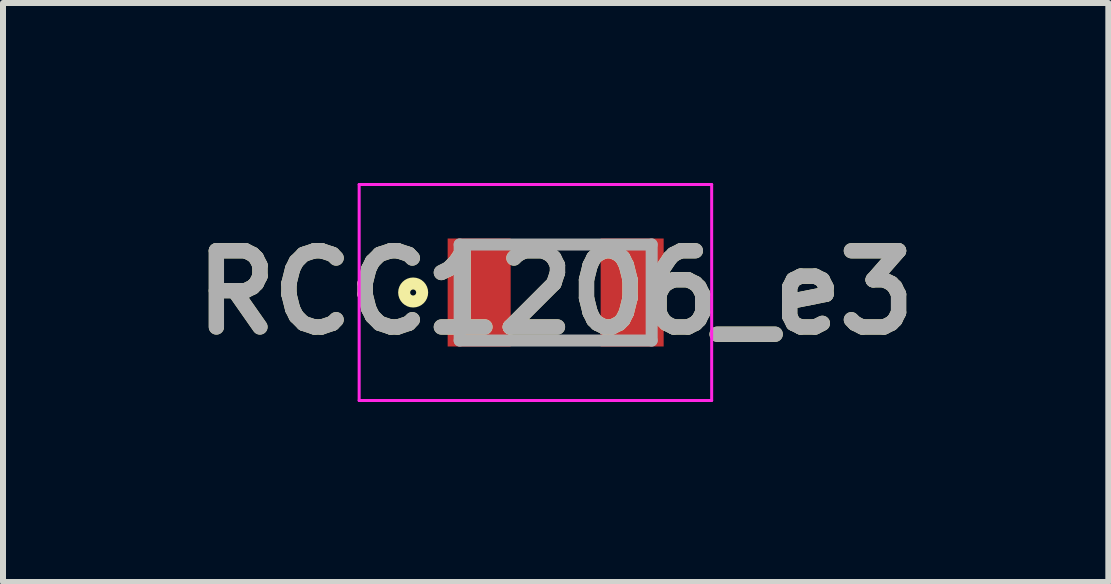
<source format=kicad_pcb>
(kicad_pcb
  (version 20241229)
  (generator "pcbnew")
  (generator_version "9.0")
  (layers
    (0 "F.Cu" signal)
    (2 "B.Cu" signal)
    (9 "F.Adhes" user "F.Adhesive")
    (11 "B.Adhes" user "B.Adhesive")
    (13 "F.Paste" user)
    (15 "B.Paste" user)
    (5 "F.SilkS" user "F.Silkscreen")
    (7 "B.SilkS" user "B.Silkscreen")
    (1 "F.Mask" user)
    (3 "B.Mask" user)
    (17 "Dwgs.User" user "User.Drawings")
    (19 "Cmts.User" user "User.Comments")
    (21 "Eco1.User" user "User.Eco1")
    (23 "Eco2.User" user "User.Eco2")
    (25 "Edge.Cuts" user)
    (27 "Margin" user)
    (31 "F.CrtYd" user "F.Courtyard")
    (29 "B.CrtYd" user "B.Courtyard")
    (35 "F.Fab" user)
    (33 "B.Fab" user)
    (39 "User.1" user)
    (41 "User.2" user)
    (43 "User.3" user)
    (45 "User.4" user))
  (footprint "RCC1206_e3"
    (layer "F.Cu")
    (at 6.211 1.825)
    (property "Reference" "RCC1206_e3" (at 0 0 0) (layer "F.SilkS") (effects (font (size 1.27 1.27) (thickness 0.254))))
    (attr smd)
    (fp_circle (center -2.375 0) (end -2.375 0.05) (stroke (width 0.2) (type solid)) (fill no) (layer "F.SilkS"))
    (fp_line (start -3.275 -1.8) (end 2.6 -1.8) (stroke (width 0.05) (type solid)) (layer "F.CrtYd"))
    (fp_line (start -3.275 1.8) (end -3.275 -1.8) (stroke (width 0.05) (type solid)) (layer "F.CrtYd"))
    (fp_line (start 2.6 -1.8) (end 2.6 1.8) (stroke (width 0.05) (type solid)) (layer "F.CrtYd"))
    (fp_line (start 2.6 1.8) (end -3.275 1.8) (stroke (width 0.05) (type solid)) (layer "F.CrtYd"))
    (fp_line (start -1.6 -0.8) (end 1.6 -0.8) (stroke (width 0.2) (type solid)) (layer "F.Fab"))
    (fp_line (start -1.6 0.8) (end -1.6 -0.8) (stroke (width 0.2) (type solid)) (layer "F.Fab"))
    (fp_line (start 1.6 -0.8) (end 1.6 0.8) (stroke (width 0.2) (type solid)) (layer "F.Fab"))
    (fp_line (start 1.6 0.8) (end -1.6 0.8) (stroke (width 0.2) (type solid)) (layer "F.Fab"))
    (fp_text user "${REFERENCE}" (at 0 0 0) (layer "F.Fab") (effects (font (size 1.27 1.27) (thickness 0.254))))
    (pad "1" smd rect (at -1.275 0) (size 1.05 1.8) (layers "F.Cu" "F.Mask" "F.Paste"))
    (pad "2" smd rect (at 1.275 0) (size 1.05 1.8) (layers "F.Cu" "F.Mask" "F.Paste")))
  (gr_rect
    (start -3 -3)
    (end 15.422 6.65)
    (stroke (width 0.1) (type default))
    (fill no)
    (layer "Edge.Cuts")))
</source>
